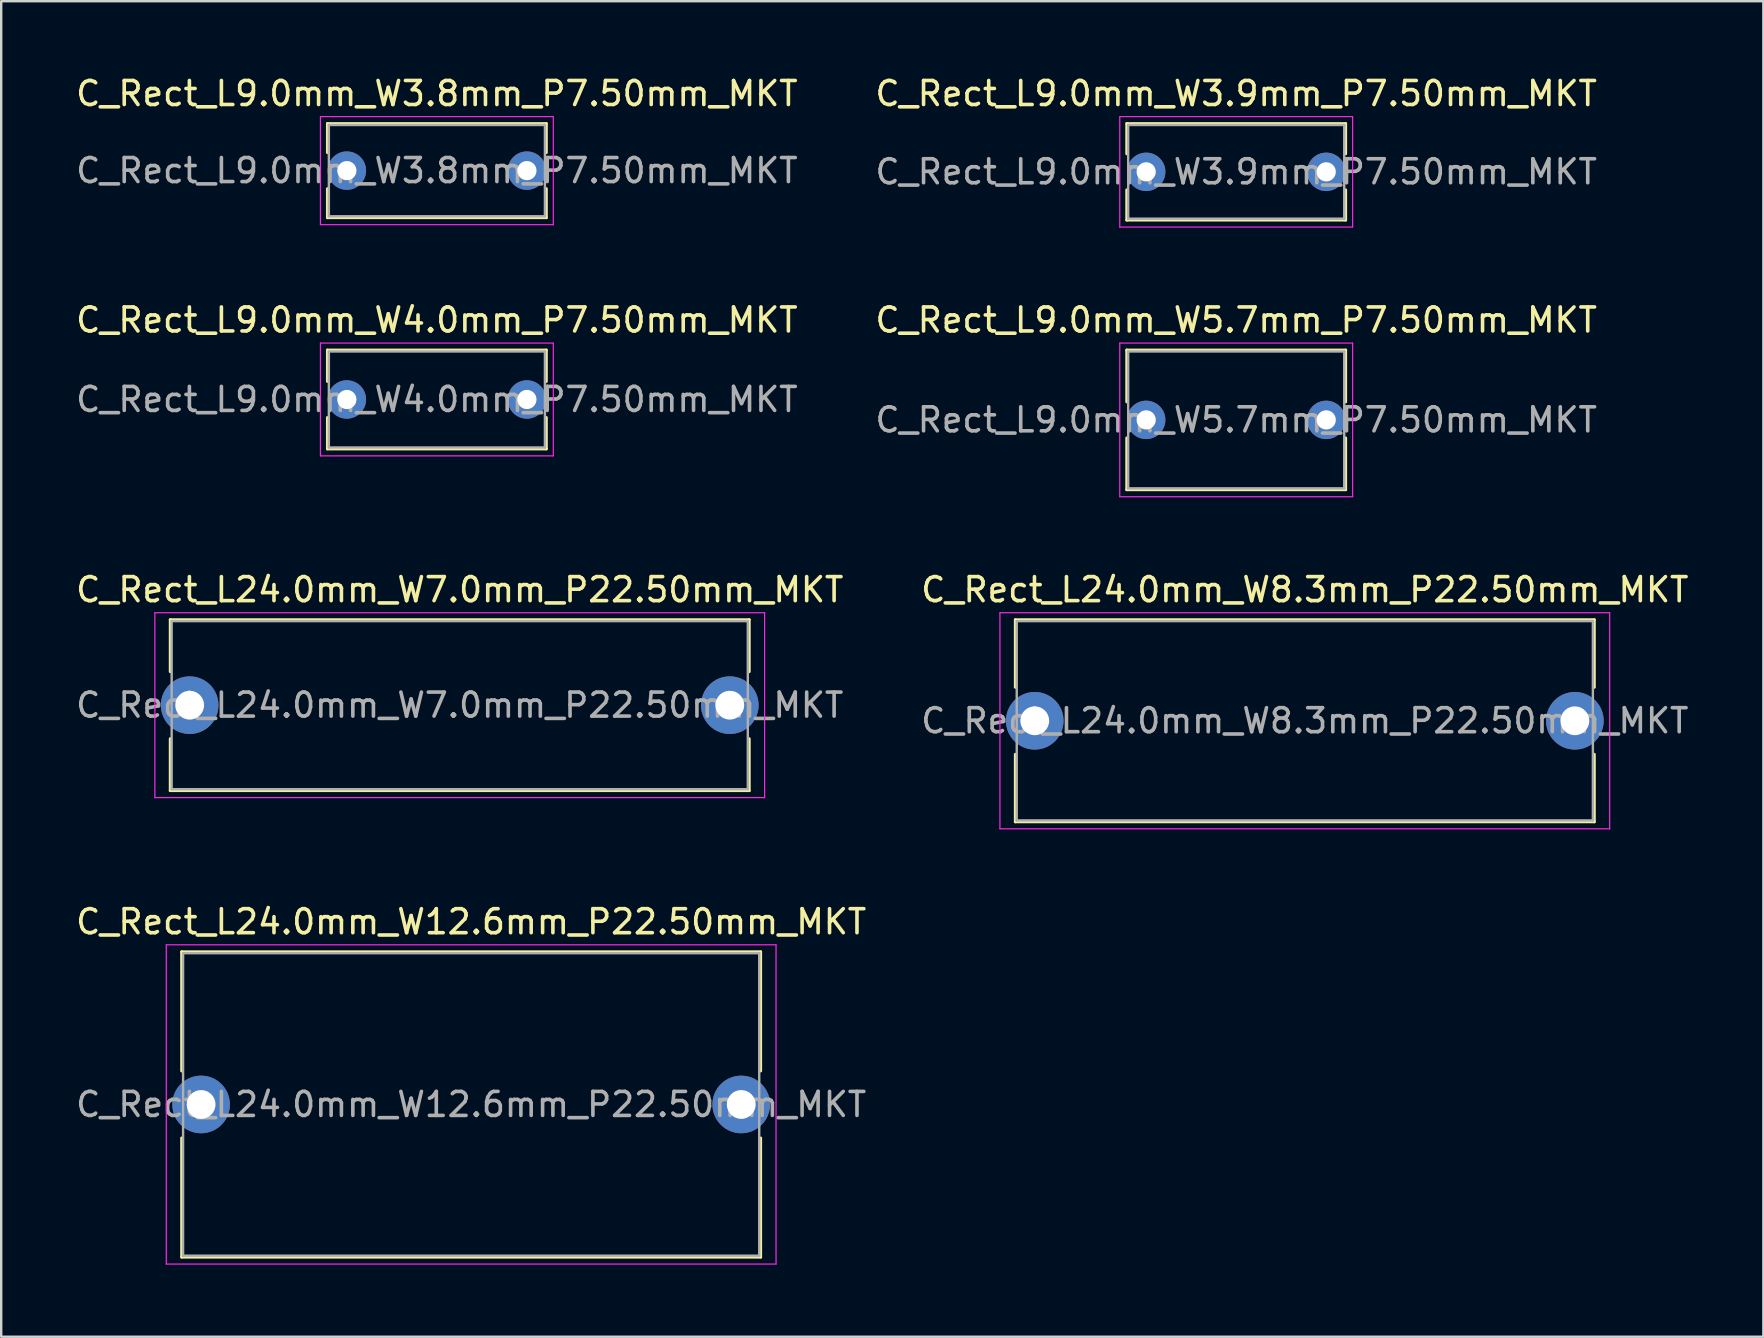
<source format=kicad_pcb>
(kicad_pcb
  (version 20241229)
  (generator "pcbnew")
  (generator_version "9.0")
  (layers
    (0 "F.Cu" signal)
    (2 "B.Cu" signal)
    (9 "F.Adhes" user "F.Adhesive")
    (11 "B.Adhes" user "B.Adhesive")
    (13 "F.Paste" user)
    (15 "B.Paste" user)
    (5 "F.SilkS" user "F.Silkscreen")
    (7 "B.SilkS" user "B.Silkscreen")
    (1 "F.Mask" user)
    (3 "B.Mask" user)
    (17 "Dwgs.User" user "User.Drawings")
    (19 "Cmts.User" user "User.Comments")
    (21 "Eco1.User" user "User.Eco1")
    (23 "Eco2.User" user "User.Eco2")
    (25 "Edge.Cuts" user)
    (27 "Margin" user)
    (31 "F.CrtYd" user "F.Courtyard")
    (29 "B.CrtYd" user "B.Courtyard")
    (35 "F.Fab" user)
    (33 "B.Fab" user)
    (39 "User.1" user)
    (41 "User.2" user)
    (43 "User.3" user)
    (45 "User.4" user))
  (footprint "C_Rect_L9.0mm_W3.8mm_P7.50mm_MKT"
    (layer "F.Cu")
    (at 11.399 4.058)
    (property "Reference" "C_Rect_L9.0mm_W3.8mm_P7.50mm_MKT" (at 3.75 -3.21 0) (layer "F.SilkS") (effects (font (size 1 1) (thickness 0.15))))
    (attr through_hole)
    (fp_line (start -0.81 -1.96) (end -0.81 -0.75) (stroke (width 0.12) (type solid)) (layer "F.SilkS"))
    (fp_line (start -0.81 -1.96) (end 8.31 -1.96) (stroke (width 0.12) (type solid)) (layer "F.SilkS"))
    (fp_line (start -0.81 0.75) (end -0.81 1.96) (stroke (width 0.12) (type solid)) (layer "F.SilkS"))
    (fp_line (start -0.81 1.96) (end 8.31 1.96) (stroke (width 0.12) (type solid)) (layer "F.SilkS"))
    (fp_line (start 8.31 -1.96) (end 8.31 -0.75) (stroke (width 0.12) (type solid)) (layer "F.SilkS"))
    (fp_line (start 8.31 0.75) (end 8.31 1.96) (stroke (width 0.12) (type solid)) (layer "F.SilkS"))
    (fp_line (start -1.1 -2.25) (end -1.1 2.25) (stroke (width 0.05) (type solid)) (layer "F.CrtYd"))
    (fp_line (start -1.1 2.25) (end 8.6 2.25) (stroke (width 0.05) (type solid)) (layer "F.CrtYd"))
    (fp_line (start 8.6 -2.25) (end -1.1 -2.25) (stroke (width 0.05) (type solid)) (layer "F.CrtYd"))
    (fp_line (start 8.6 2.25) (end 8.6 -2.25) (stroke (width 0.05) (type solid)) (layer "F.CrtYd"))
    (fp_line (start -0.75 -1.9) (end -0.75 1.9) (stroke (width 0.1) (type solid)) (layer "F.Fab"))
    (fp_line (start -0.75 1.9) (end 8.25 1.9) (stroke (width 0.1) (type solid)) (layer "F.Fab"))
    (fp_line (start 8.25 -1.9) (end -0.75 -1.9) (stroke (width 0.1) (type solid)) (layer "F.Fab"))
    (fp_line (start 8.25 1.9) (end 8.25 -1.9) (stroke (width 0.1) (type solid)) (layer "F.Fab"))
    (fp_text user "${REFERENCE}" (at 3.75 0 0) (layer "F.Fab") (effects (font (size 1 1) (thickness 0.15))))
    (pad "1" thru_hole circle (at 0 0) (size 1.6 1.6) (drill 0.8) (layers "*.Cu" "*.Mask"))
    (pad "2" thru_hole circle (at 7.5 0) (size 1.6 1.6) (drill 0.8) (layers "*.Cu" "*.Mask")))
  (footprint "C_Rect_L24.0mm_W12.6mm_P22.50mm_MKT"
    (layer "F.Cu")
    (at 5.327 42.958)
    (property "Reference" "C_Rect_L24.0mm_W12.6mm_P22.50mm_MKT" (at 11.25 -7.61 0) (layer "F.SilkS") (effects (font (size 1 1) (thickness 0.15))))
    (attr through_hole)
    (fp_line (start -0.81 -6.36) (end -0.81 -1.395) (stroke (width 0.12) (type solid)) (layer "F.SilkS"))
    (fp_line (start -0.81 -6.36) (end 23.31 -6.36) (stroke (width 0.12) (type solid)) (layer "F.SilkS"))
    (fp_line (start -0.81 1.395) (end -0.81 6.36) (stroke (width 0.12) (type solid)) (layer "F.SilkS"))
    (fp_line (start -0.81 6.36) (end 23.31 6.36) (stroke (width 0.12) (type solid)) (layer "F.SilkS"))
    (fp_line (start 23.31 -6.36) (end 23.31 -1.395) (stroke (width 0.12) (type solid)) (layer "F.SilkS"))
    (fp_line (start 23.31 1.395) (end 23.31 6.36) (stroke (width 0.12) (type solid)) (layer "F.SilkS"))
    (fp_line (start -1.45 -6.65) (end -1.45 6.65) (stroke (width 0.05) (type solid)) (layer "F.CrtYd"))
    (fp_line (start -1.45 6.65) (end 23.95 6.65) (stroke (width 0.05) (type solid)) (layer "F.CrtYd"))
    (fp_line (start 23.95 -6.65) (end -1.45 -6.65) (stroke (width 0.05) (type solid)) (layer "F.CrtYd"))
    (fp_line (start 23.95 6.65) (end 23.95 -6.65) (stroke (width 0.05) (type solid)) (layer "F.CrtYd"))
    (fp_line (start -0.75 -6.3) (end -0.75 6.3) (stroke (width 0.1) (type solid)) (layer "F.Fab"))
    (fp_line (start -0.75 6.3) (end 23.25 6.3) (stroke (width 0.1) (type solid)) (layer "F.Fab"))
    (fp_line (start 23.25 -6.3) (end -0.75 -6.3) (stroke (width 0.1) (type solid)) (layer "F.Fab"))
    (fp_line (start 23.25 6.3) (end 23.25 -6.3) (stroke (width 0.1) (type solid)) (layer "F.Fab"))
    (fp_text user "${REFERENCE}" (at 11.25 0 0) (layer "F.Fab") (effects (font (size 1 1) (thickness 0.15))))
    (pad "1" thru_hole circle (at 0 0) (size 2.4 2.4) (drill 1.2) (layers "*.Cu" "*.Mask"))
    (pad "2" thru_hole circle (at 22.5 0) (size 2.4 2.4) (drill 1.2) (layers "*.Cu" "*.Mask")))
  (footprint "C_Rect_L9.0mm_W4.0mm_P7.50mm_MKT"
    (layer "F.Cu")
    (at 11.399 13.591)
    (property "Reference" "C_Rect_L9.0mm_W4.0mm_P7.50mm_MKT" (at 3.75 -3.31 0) (layer "F.SilkS") (effects (font (size 1 1) (thickness 0.15))))
    (attr through_hole)
    (fp_line (start -0.81 -2.06) (end -0.81 -0.75) (stroke (width 0.12) (type solid)) (layer "F.SilkS"))
    (fp_line (start -0.81 -2.06) (end 8.31 -2.06) (stroke (width 0.12) (type solid)) (layer "F.SilkS"))
    (fp_line (start -0.81 0.75) (end -0.81 2.06) (stroke (width 0.12) (type solid)) (layer "F.SilkS"))
    (fp_line (start -0.81 2.06) (end 8.31 2.06) (stroke (width 0.12) (type solid)) (layer "F.SilkS"))
    (fp_line (start 8.31 -2.06) (end 8.31 -0.75) (stroke (width 0.12) (type solid)) (layer "F.SilkS"))
    (fp_line (start 8.31 0.75) (end 8.31 2.06) (stroke (width 0.12) (type solid)) (layer "F.SilkS"))
    (fp_line (start -1.1 -2.35) (end -1.1 2.35) (stroke (width 0.05) (type solid)) (layer "F.CrtYd"))
    (fp_line (start -1.1 2.35) (end 8.6 2.35) (stroke (width 0.05) (type solid)) (layer "F.CrtYd"))
    (fp_line (start 8.6 -2.35) (end -1.1 -2.35) (stroke (width 0.05) (type solid)) (layer "F.CrtYd"))
    (fp_line (start 8.6 2.35) (end 8.6 -2.35) (stroke (width 0.05) (type solid)) (layer "F.CrtYd"))
    (fp_line (start -0.75 -2) (end -0.75 2) (stroke (width 0.1) (type solid)) (layer "F.Fab"))
    (fp_line (start -0.75 2) (end 8.25 2) (stroke (width 0.1) (type solid)) (layer "F.Fab"))
    (fp_line (start 8.25 -2) (end -0.75 -2) (stroke (width 0.1) (type solid)) (layer "F.Fab"))
    (fp_line (start 8.25 2) (end 8.25 -2) (stroke (width 0.1) (type solid)) (layer "F.Fab"))
    (fp_text user "${REFERENCE}" (at 3.75 0 0) (layer "F.Fab") (effects (font (size 1 1) (thickness 0.15))))
    (pad "1" thru_hole circle (at 0 0) (size 1.6 1.6) (drill 0.8) (layers "*.Cu" "*.Mask"))
    (pad "2" thru_hole circle (at 7.5 0) (size 1.6 1.6) (drill 0.8) (layers "*.Cu" "*.Mask")))
  (footprint "C_Rect_L24.0mm_W7.0mm_P22.50mm_MKT"
    (layer "F.Cu")
    (at 4.851 26.325)
    (property "Reference" "C_Rect_L24.0mm_W7.0mm_P22.50mm_MKT" (at 11.25 -4.81 0) (layer "F.SilkS") (effects (font (size 1 1) (thickness 0.15))))
    (attr through_hole)
    (fp_line (start -0.81 -3.56) (end -0.81 -1.395) (stroke (width 0.12) (type solid)) (layer "F.SilkS"))
    (fp_line (start -0.81 -3.56) (end 23.31 -3.56) (stroke (width 0.12) (type solid)) (layer "F.SilkS"))
    (fp_line (start -0.81 1.395) (end -0.81 3.56) (stroke (width 0.12) (type solid)) (layer "F.SilkS"))
    (fp_line (start -0.81 3.56) (end 23.31 3.56) (stroke (width 0.12) (type solid)) (layer "F.SilkS"))
    (fp_line (start 23.31 -3.56) (end 23.31 -1.395) (stroke (width 0.12) (type solid)) (layer "F.SilkS"))
    (fp_line (start 23.31 1.395) (end 23.31 3.56) (stroke (width 0.12) (type solid)) (layer "F.SilkS"))
    (fp_line (start -1.45 -3.85) (end -1.45 3.85) (stroke (width 0.05) (type solid)) (layer "F.CrtYd"))
    (fp_line (start -1.45 3.85) (end 23.95 3.85) (stroke (width 0.05) (type solid)) (layer "F.CrtYd"))
    (fp_line (start 23.95 -3.85) (end -1.45 -3.85) (stroke (width 0.05) (type solid)) (layer "F.CrtYd"))
    (fp_line (start 23.95 3.85) (end 23.95 -3.85) (stroke (width 0.05) (type solid)) (layer "F.CrtYd"))
    (fp_line (start -0.75 -3.5) (end -0.75 3.5) (stroke (width 0.1) (type solid)) (layer "F.Fab"))
    (fp_line (start -0.75 3.5) (end 23.25 3.5) (stroke (width 0.1) (type solid)) (layer "F.Fab"))
    (fp_line (start 23.25 -3.5) (end -0.75 -3.5) (stroke (width 0.1) (type solid)) (layer "F.Fab"))
    (fp_line (start 23.25 3.5) (end 23.25 -3.5) (stroke (width 0.1) (type solid)) (layer "F.Fab"))
    (fp_text user "${REFERENCE}" (at 11.25 0 0) (layer "F.Fab") (effects (font (size 1 1) (thickness 0.15))))
    (pad "1" thru_hole circle (at 0 0) (size 2.4 2.4) (drill 1.2) (layers "*.Cu" "*.Mask"))
    (pad "2" thru_hole circle (at 22.5 0) (size 2.4 2.4) (drill 1.2) (layers "*.Cu" "*.Mask")))
  (footprint "C_Rect_L24.0mm_W8.3mm_P22.50mm_MKT"
    (layer "F.Cu")
    (at 40.054 26.975)
    (property "Reference" "C_Rect_L24.0mm_W8.3mm_P22.50mm_MKT" (at 11.25 -5.46 0) (layer "F.SilkS") (effects (font (size 1 1) (thickness 0.15))))
    (attr through_hole)
    (fp_line (start -0.81 -4.21) (end -0.81 -1.395) (stroke (width 0.12) (type solid)) (layer "F.SilkS"))
    (fp_line (start -0.81 -4.21) (end 23.31 -4.21) (stroke (width 0.12) (type solid)) (layer "F.SilkS"))
    (fp_line (start -0.81 1.395) (end -0.81 4.21) (stroke (width 0.12) (type solid)) (layer "F.SilkS"))
    (fp_line (start -0.81 4.21) (end 23.31 4.21) (stroke (width 0.12) (type solid)) (layer "F.SilkS"))
    (fp_line (start 23.31 -4.21) (end 23.31 -1.395) (stroke (width 0.12) (type solid)) (layer "F.SilkS"))
    (fp_line (start 23.31 1.395) (end 23.31 4.21) (stroke (width 0.12) (type solid)) (layer "F.SilkS"))
    (fp_line (start -1.45 -4.5) (end -1.45 4.5) (stroke (width 0.05) (type solid)) (layer "F.CrtYd"))
    (fp_line (start -1.45 4.5) (end 23.95 4.5) (stroke (width 0.05) (type solid)) (layer "F.CrtYd"))
    (fp_line (start 23.95 -4.5) (end -1.45 -4.5) (stroke (width 0.05) (type solid)) (layer "F.CrtYd"))
    (fp_line (start 23.95 4.5) (end 23.95 -4.5) (stroke (width 0.05) (type solid)) (layer "F.CrtYd"))
    (fp_line (start -0.75 -4.15) (end -0.75 4.15) (stroke (width 0.1) (type solid)) (layer "F.Fab"))
    (fp_line (start -0.75 4.15) (end 23.25 4.15) (stroke (width 0.1) (type solid)) (layer "F.Fab"))
    (fp_line (start 23.25 -4.15) (end -0.75 -4.15) (stroke (width 0.1) (type solid)) (layer "F.Fab"))
    (fp_line (start 23.25 4.15) (end 23.25 -4.15) (stroke (width 0.1) (type solid)) (layer "F.Fab"))
    (fp_text user "${REFERENCE}" (at 11.25 0 0) (layer "F.Fab") (effects (font (size 1 1) (thickness 0.15))))
    (pad "1" thru_hole circle (at 0 0) (size 2.4 2.4) (drill 1.2) (layers "*.Cu" "*.Mask"))
    (pad "2" thru_hole circle (at 22.5 0) (size 2.4 2.4) (drill 1.2) (layers "*.Cu" "*.Mask")))
  (footprint "C_Rect_L9.0mm_W5.7mm_P7.50mm_MKT"
    (layer "F.Cu")
    (at 44.696 14.441)
    (property "Reference" "C_Rect_L9.0mm_W5.7mm_P7.50mm_MKT" (at 3.75 -4.16 0) (layer "F.SilkS") (effects (font (size 1 1) (thickness 0.15))))
    (attr through_hole)
    (fp_line (start -0.81 -2.91) (end -0.81 -0.75) (stroke (width 0.12) (type solid)) (layer "F.SilkS"))
    (fp_line (start -0.81 -2.91) (end 8.31 -2.91) (stroke (width 0.12) (type solid)) (layer "F.SilkS"))
    (fp_line (start -0.81 0.75) (end -0.81 2.91) (stroke (width 0.12) (type solid)) (layer "F.SilkS"))
    (fp_line (start -0.81 2.91) (end 8.31 2.91) (stroke (width 0.12) (type solid)) (layer "F.SilkS"))
    (fp_line (start 8.31 -2.91) (end 8.31 -0.75) (stroke (width 0.12) (type solid)) (layer "F.SilkS"))
    (fp_line (start 8.31 0.75) (end 8.31 2.91) (stroke (width 0.12) (type solid)) (layer "F.SilkS"))
    (fp_line (start -1.1 -3.2) (end -1.1 3.2) (stroke (width 0.05) (type solid)) (layer "F.CrtYd"))
    (fp_line (start -1.1 3.2) (end 8.6 3.2) (stroke (width 0.05) (type solid)) (layer "F.CrtYd"))
    (fp_line (start 8.6 -3.2) (end -1.1 -3.2) (stroke (width 0.05) (type solid)) (layer "F.CrtYd"))
    (fp_line (start 8.6 3.2) (end 8.6 -3.2) (stroke (width 0.05) (type solid)) (layer "F.CrtYd"))
    (fp_line (start -0.75 -2.85) (end -0.75 2.85) (stroke (width 0.1) (type solid)) (layer "F.Fab"))
    (fp_line (start -0.75 2.85) (end 8.25 2.85) (stroke (width 0.1) (type solid)) (layer "F.Fab"))
    (fp_line (start 8.25 -2.85) (end -0.75 -2.85) (stroke (width 0.1) (type solid)) (layer "F.Fab"))
    (fp_line (start 8.25 2.85) (end 8.25 -2.85) (stroke (width 0.1) (type solid)) (layer "F.Fab"))
    (fp_text user "${REFERENCE}" (at 3.75 0 0) (layer "F.Fab") (effects (font (size 1 1) (thickness 0.15))))
    (pad "1" thru_hole circle (at 0 0) (size 1.6 1.6) (drill 0.8) (layers "*.Cu" "*.Mask"))
    (pad "2" thru_hole circle (at 7.5 0) (size 1.6 1.6) (drill 0.8) (layers "*.Cu" "*.Mask")))
  (footprint "C_Rect_L9.0mm_W3.9mm_P7.50mm_MKT"
    (layer "F.Cu")
    (at 44.696 4.108)
    (property "Reference" "C_Rect_L9.0mm_W3.9mm_P7.50mm_MKT" (at 3.75 -3.26 0) (layer "F.SilkS") (effects (font (size 1 1) (thickness 0.15))))
    (attr through_hole)
    (fp_line (start -0.81 -2.01) (end -0.81 -0.75) (stroke (width 0.12) (type solid)) (layer "F.SilkS"))
    (fp_line (start -0.81 -2.01) (end 8.31 -2.01) (stroke (width 0.12) (type solid)) (layer "F.SilkS"))
    (fp_line (start -0.81 0.75) (end -0.81 2.01) (stroke (width 0.12) (type solid)) (layer "F.SilkS"))
    (fp_line (start -0.81 2.01) (end 8.31 2.01) (stroke (width 0.12) (type solid)) (layer "F.SilkS"))
    (fp_line (start 8.31 -2.01) (end 8.31 -0.75) (stroke (width 0.12) (type solid)) (layer "F.SilkS"))
    (fp_line (start 8.31 0.75) (end 8.31 2.01) (stroke (width 0.12) (type solid)) (layer "F.SilkS"))
    (fp_line (start -1.1 -2.3) (end -1.1 2.3) (stroke (width 0.05) (type solid)) (layer "F.CrtYd"))
    (fp_line (start -1.1 2.3) (end 8.6 2.3) (stroke (width 0.05) (type solid)) (layer "F.CrtYd"))
    (fp_line (start 8.6 -2.3) (end -1.1 -2.3) (stroke (width 0.05) (type solid)) (layer "F.CrtYd"))
    (fp_line (start 8.6 2.3) (end 8.6 -2.3) (stroke (width 0.05) (type solid)) (layer "F.CrtYd"))
    (fp_line (start -0.75 -1.95) (end -0.75 1.95) (stroke (width 0.1) (type solid)) (layer "F.Fab"))
    (fp_line (start -0.75 1.95) (end 8.25 1.95) (stroke (width 0.1) (type solid)) (layer "F.Fab"))
    (fp_line (start 8.25 -1.95) (end -0.75 -1.95) (stroke (width 0.1) (type solid)) (layer "F.Fab"))
    (fp_line (start 8.25 1.95) (end 8.25 -1.95) (stroke (width 0.1) (type solid)) (layer "F.Fab"))
    (fp_text user "${REFERENCE}" (at 3.75 0 0) (layer "F.Fab") (effects (font (size 1 1) (thickness 0.15))))
    (pad "1" thru_hole circle (at 0 0) (size 1.6 1.6) (drill 0.8) (layers "*.Cu" "*.Mask"))
    (pad "2" thru_hole circle (at 7.5 0) (size 1.6 1.6) (drill 0.8) (layers "*.Cu" "*.Mask")))
  (gr_rect
    (start -3 -3)
    (end 70.405 52.633)
    (stroke (width 0.1) (type default))
    (fill no)
    (layer "Edge.Cuts")))
</source>
